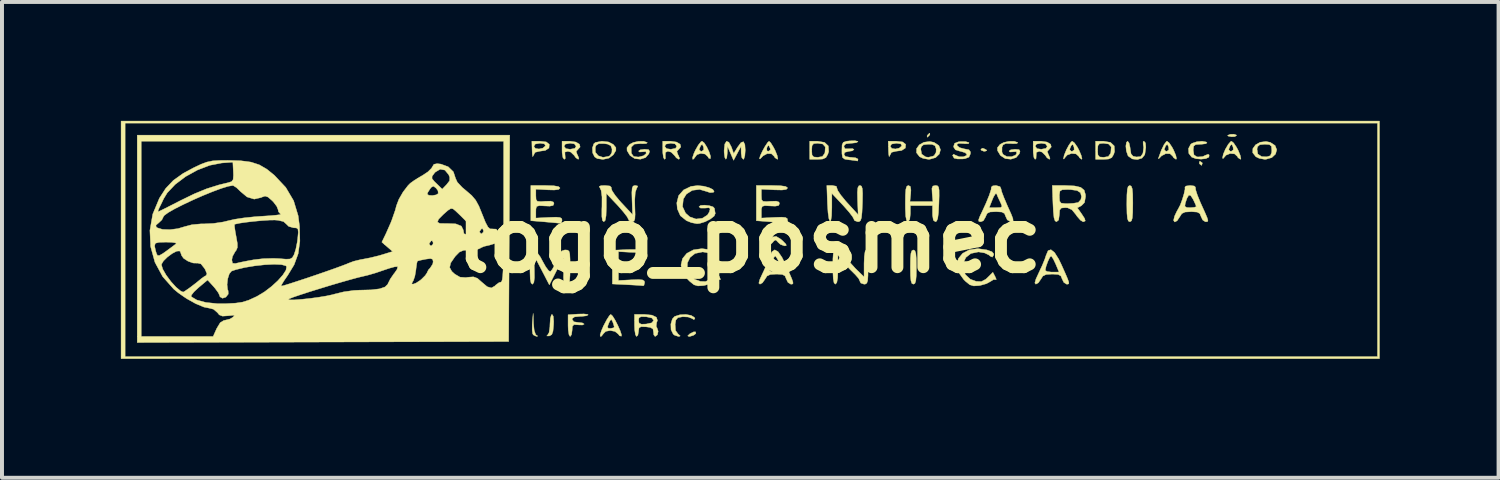
<source format=kicad_pcb>
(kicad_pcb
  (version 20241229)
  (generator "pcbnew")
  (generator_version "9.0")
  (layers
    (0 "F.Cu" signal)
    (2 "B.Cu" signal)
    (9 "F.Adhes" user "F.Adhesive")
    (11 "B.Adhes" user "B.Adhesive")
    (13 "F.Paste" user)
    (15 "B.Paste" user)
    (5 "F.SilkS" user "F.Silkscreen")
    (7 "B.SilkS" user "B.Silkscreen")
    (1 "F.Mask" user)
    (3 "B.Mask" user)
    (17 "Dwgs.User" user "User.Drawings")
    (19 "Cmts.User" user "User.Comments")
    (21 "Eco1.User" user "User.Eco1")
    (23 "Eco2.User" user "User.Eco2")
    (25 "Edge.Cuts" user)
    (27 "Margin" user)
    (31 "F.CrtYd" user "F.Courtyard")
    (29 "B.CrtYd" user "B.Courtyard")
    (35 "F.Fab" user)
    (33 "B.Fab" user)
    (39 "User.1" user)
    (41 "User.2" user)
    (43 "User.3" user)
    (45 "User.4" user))
  (footprint "logo_posmec"
    (layer "F.Cu")
    (at 15.855 3.002)
    (property "Reference" "logo_posmec" (at 0 0 0) (layer "F.SilkS") (effects (font (size 1.524 1.524) (thickness 0.3))))
    (attr through_hole)
    (fp_poly (pts (xy 4.556 -2.66) (xy 4.547 -2.642) (xy 4.499 -2.593) (xy 4.49 -2.591) (xy 4.486 -2.624) (xy 4.496 -2.642) (xy 4.544 -2.69) (xy 4.553 -2.692) (xy 4.556 -2.66)) (stroke (width 0.01) (type solid)) (fill yes) (layer "F.SilkS"))
    (fp_poly (pts (xy 5.918 -2.304) (xy 5.985 -2.268) (xy 5.994 -2.255) (xy 5.953 -2.237) (xy 5.918 -2.235) (xy 5.851 -2.262) (xy 5.842 -2.284) (xy 5.879 -2.312) (xy 5.918 -2.304)) (stroke (width 0.01) (type solid)) (fill yes) (layer "F.SilkS"))
    (fp_poly (pts (xy 11.428 -1.944) (xy 11.43 -1.93) (xy 11.413 -1.881) (xy 11.408 -1.88) (xy 11.364 -1.915) (xy 11.354 -1.93) (xy 11.358 -1.977) (xy 11.376 -1.981) (xy 11.428 -1.944)) (stroke (width 0.01) (type solid)) (fill yes) (layer "F.SilkS"))
    (fp_poly (pts (xy 12.289 -2.645) (xy 12.294 -2.634) (xy 12.251 -2.606) (xy 12.169 -2.602) (xy 12.084 -2.618) (xy 12.068 -2.637) (xy 12.136 -2.663) (xy 12.227 -2.666) (xy 12.289 -2.645)) (stroke (width 0.01) (type solid)) (fill yes) (layer "F.SilkS"))
    (fp_poly (pts (xy -1.354 2.322) (xy -1.348 2.363) (xy -1.407 2.408) (xy -1.498 2.436) (xy -1.521 2.438) (xy -1.554 2.422) (xy -1.498 2.368) (xy -1.496 2.367) (xy -1.404 2.321) (xy -1.354 2.322)) (stroke (width 0.01) (type solid)) (fill yes) (layer "F.SilkS"))
    (fp_poly (pts (xy 15.9 2.997) (xy -15.85 2.997) (xy -15.85 -2.946) (xy -15.748 -2.946) (xy -15.748 2.946) (xy 15.85 2.946) (xy 15.85 -2.946) (xy -15.748 -2.946) (xy -15.85 -2.946) (xy -15.85 -2.997) (xy 15.9 -2.997) (xy 15.9 2.997)) (stroke (width 0.01) (type solid)) (fill yes) (layer "F.SilkS"))
    (fp_poly (pts (xy -5.444 2.117) (xy -5.427 2.283) (xy -5.392 2.386) (xy -5.372 2.405) (xy -5.336 2.428) (xy -5.374 2.434) (xy -5.448 2.398) (xy -5.466 2.368) (xy -5.478 2.276) (xy -5.477 2.131) (xy -5.473 2.076) (xy -5.453 1.854) (xy -5.444 2.117)) (stroke (width 0.01) (type solid)) (fill yes) (layer "F.SilkS"))
    (fp_poly (pts (xy -4.946 1.927) (xy -4.935 2.056) (xy -4.938 2.146) (xy -4.953 2.306) (xy -4.983 2.389) (xy -5.038 2.422) (xy -5.055 2.424) (xy -5.11 2.423) (xy -5.093 2.408) (xy -5.052 2.34) (xy -5.031 2.195) (xy -5.029 2.129) (xy -5.019 1.982) (xy -4.994 1.894) (xy -4.976 1.88) (xy -4.946 1.927)) (stroke (width 0.01) (type solid)) (fill yes) (layer "F.SilkS"))
    (fp_poly (pts (xy 0.792 -0.019) (xy 0.843 0.025) (xy 0.925 0.109) (xy 0.933 0.145) (xy 0.889 0.152) (xy 0.786 0.115) (xy 0.73 0.064) (xy 0.671 0.002) (xy 0.623 0.024) (xy 0.591 0.064) (xy 0.508 0.142) (xy 0.455 0.149) (xy 0.454 0.094) (xy 0.493 0.027) (xy 0.587 -0.073) (xy 0.678 -0.088) (xy 0.792 -0.019)) (stroke (width 0.01) (type solid)) (fill yes) (layer "F.SilkS"))
    (fp_poly (pts (xy 4.178 0.272) (xy 4.202 0.34) (xy 4.213 0.473) (xy 4.216 0.686) (xy 4.213 0.902) (xy 4.201 1.034) (xy 4.178 1.1) (xy 4.14 1.118) (xy 4.102 1.099) (xy 4.079 1.032) (xy 4.067 0.899) (xy 4.064 0.686) (xy 4.067 0.47) (xy 4.079 0.338) (xy 4.103 0.272) (xy 4.14 0.254) (xy 4.178 0.272)) (stroke (width 0.01) (type solid)) (fill yes) (layer "F.SilkS"))
    (fp_poly (pts (xy 9.638 -1.354) (xy 9.662 -1.289) (xy 9.674 -1.159) (xy 9.677 -0.948) (xy 9.677 -0.915) (xy 9.674 -0.691) (xy 9.664 -0.553) (xy 9.642 -0.48) (xy 9.607 -0.458) (xy 9.601 -0.457) (xy 9.564 -0.475) (xy 9.541 -0.54) (xy 9.529 -0.67) (xy 9.525 -0.881) (xy 9.525 -0.914) (xy 9.528 -1.137) (xy 9.539 -1.276) (xy 9.56 -1.349) (xy 9.596 -1.371) (xy 9.601 -1.372) (xy 9.638 -1.354)) (stroke (width 0.01) (type solid)) (fill yes) (layer "F.SilkS"))
    (fp_poly (pts (xy -1.468 1.906) (xy -1.384 1.957) (xy -1.372 1.993) (xy -1.401 2.011) (xy -1.444 1.984) (xy -1.543 1.946) (xy -1.682 1.939) (xy -1.686 1.94) (xy -1.801 1.962) (xy -1.853 2.023) (xy -1.871 2.131) (xy -1.861 2.287) (xy -1.798 2.373) (xy -1.742 2.423) (xy -1.772 2.438) (xy -1.784 2.438) (xy -1.885 2.405) (xy -1.92 2.377) (xy -1.974 2.267) (xy -1.979 2.124) (xy -1.941 1.995) (xy -1.883 1.932) (xy -1.75 1.89) (xy -1.6 1.882) (xy -1.468 1.906)) (stroke (width 0.01) (type solid)) (fill yes) (layer "F.SilkS"))
    (fp_poly (pts (xy -5.122 -2.471) (xy -5.048 -2.413) (xy -5.046 -2.408) (xy -5.054 -2.317) (xy -5.147 -2.256) (xy -5.292 -2.236) (xy -5.404 -2.209) (xy -5.451 -2.121) (xy -5.464 -2.099) (xy -5.475 -2.164) (xy -5.479 -2.248) (xy -5.483 -2.359) (xy -5.436 -2.359) (xy -5.396 -2.307) (xy -5.306 -2.293) (xy -5.208 -2.315) (xy -5.146 -2.369) (xy -5.143 -2.375) (xy -5.17 -2.423) (xy -5.279 -2.438) (xy -5.4 -2.418) (xy -5.436 -2.359) (xy -5.483 -2.359) (xy -5.486 -2.489) (xy -5.282 -2.489) (xy -5.122 -2.471)) (stroke (width 0.01) (type solid)) (fill yes) (layer "F.SilkS"))
    (fp_poly (pts (xy 1.9 -2.459) (xy 1.994 -2.37) (xy 2.003 -2.229) (xy 1.982 -2.162) (xy 1.933 -2.076) (xy 1.849 -2.039) (xy 1.728 -2.032) (xy 1.524 -2.032) (xy 1.524 -2.261) (xy 1.575 -2.261) (xy 1.583 -2.141) (xy 1.626 -2.092) (xy 1.726 -2.083) (xy 1.844 -2.103) (xy 1.901 -2.181) (xy 1.909 -2.207) (xy 1.918 -2.346) (xy 1.853 -2.419) (xy 1.724 -2.438) (xy 1.624 -2.428) (xy 1.583 -2.377) (xy 1.575 -2.261) (xy 1.524 -2.261) (xy 1.524 -2.489) (xy 1.725 -2.489) (xy 1.9 -2.459)) (stroke (width 0.01) (type solid)) (fill yes) (layer "F.SilkS"))
    (fp_poly (pts (xy 3.869 -2.471) (xy 3.944 -2.413) (xy 3.946 -2.408) (xy 3.938 -2.317) (xy 3.845 -2.256) (xy 3.699 -2.236) (xy 3.588 -2.209) (xy 3.541 -2.121) (xy 3.528 -2.099) (xy 3.517 -2.164) (xy 3.512 -2.248) (xy 3.509 -2.359) (xy 3.556 -2.359) (xy 3.596 -2.307) (xy 3.686 -2.293) (xy 3.783 -2.315) (xy 3.846 -2.369) (xy 3.848 -2.375) (xy 3.822 -2.423) (xy 3.713 -2.438) (xy 3.592 -2.418) (xy 3.556 -2.359) (xy 3.509 -2.359) (xy 3.505 -2.489) (xy 3.71 -2.489) (xy 3.869 -2.471)) (stroke (width 0.01) (type solid)) (fill yes) (layer "F.SilkS"))
    (fp_poly (pts (xy 9.114 -2.459) (xy 9.208 -2.37) (xy 9.216 -2.229) (xy 9.196 -2.162) (xy 9.146 -2.076) (xy 9.062 -2.039) (xy 8.942 -2.032) (xy 8.738 -2.032) (xy 8.738 -2.261) (xy 8.788 -2.261) (xy 8.797 -2.141) (xy 8.84 -2.092) (xy 8.94 -2.083) (xy 9.058 -2.103) (xy 9.115 -2.181) (xy 9.122 -2.207) (xy 9.132 -2.346) (xy 9.066 -2.419) (xy 8.938 -2.438) (xy 8.837 -2.428) (xy 8.796 -2.377) (xy 8.788 -2.261) (xy 8.738 -2.261) (xy 8.738 -2.489) (xy 8.939 -2.489) (xy 9.114 -2.459)) (stroke (width 0.01) (type solid)) (fill yes) (layer "F.SilkS"))
    (fp_poly (pts (xy 9.996 -2.445) (xy 10.005 -2.333) (xy 9.984 -2.182) (xy 9.976 -2.146) (xy 9.908 -2.062) (xy 9.791 -2.026) (xy 9.663 -2.042) (xy 9.565 -2.111) (xy 9.552 -2.13) (xy 9.513 -2.244) (xy 9.501 -2.367) (xy 9.516 -2.461) (xy 9.547 -2.489) (xy 9.582 -2.444) (xy 9.607 -2.333) (xy 9.611 -2.299) (xy 9.632 -2.17) (xy 9.682 -2.111) (xy 9.765 -2.092) (xy 9.873 -2.1) (xy 9.926 -2.173) (xy 9.935 -2.206) (xy 9.95 -2.334) (xy 9.938 -2.413) (xy 9.937 -2.478) (xy 9.958 -2.489) (xy 9.996 -2.445)) (stroke (width 0.01) (type solid)) (fill yes) (layer "F.SilkS"))
    (fp_poly (pts (xy 11.525 -2.47) (xy 11.549 -2.451) (xy 11.521 -2.427) (xy 11.42 -2.414) (xy 11.387 -2.413) (xy 11.264 -2.405) (xy 11.212 -2.366) (xy 11.201 -2.27) (xy 11.201 -2.261) (xy 11.219 -2.146) (xy 11.287 -2.098) (xy 11.318 -2.092) (xy 11.44 -2.101) (xy 11.504 -2.132) (xy 11.578 -2.16) (xy 11.603 -2.141) (xy 11.596 -2.087) (xy 11.519 -2.05) (xy 11.4 -2.037) (xy 11.27 -2.048) (xy 11.163 -2.087) (xy 11.09 -2.18) (xy 11.081 -2.303) (xy 11.137 -2.411) (xy 11.173 -2.437) (xy 11.292 -2.476) (xy 11.425 -2.488) (xy 11.525 -2.47)) (stroke (width 0.01) (type solid)) (fill yes) (layer "F.SilkS"))
    (fp_poly (pts (xy -4.081 1.88) (xy -4.064 1.892) (xy -4.109 1.916) (xy -4.222 1.929) (xy -4.267 1.93) (xy -4.408 1.943) (xy -4.467 1.985) (xy -4.47 2.007) (xy -4.425 2.067) (xy -4.318 2.083) (xy -4.211 2.095) (xy -4.166 2.124) (xy -4.166 2.125) (xy -4.209 2.148) (xy -4.314 2.145) (xy -4.318 2.144) (xy -4.424 2.138) (xy -4.464 2.183) (xy -4.47 2.28) (xy -4.485 2.39) (xy -4.519 2.438) (xy -4.521 2.438) (xy -4.549 2.393) (xy -4.568 2.274) (xy -4.572 2.164) (xy -4.572 1.889) (xy -4.318 1.872) (xy -4.173 1.869) (xy -4.081 1.88)) (stroke (width 0.01) (type solid)) (fill yes) (layer "F.SilkS"))
    (fp_poly (pts (xy -0.516 -2.464) (xy -0.452 -2.344) (xy -0.448 -2.333) (xy -0.394 -2.178) (xy -0.299 -2.333) (xy -0.21 -2.454) (xy -0.147 -2.477) (xy -0.111 -2.402) (xy -0.102 -2.261) (xy -0.112 -2.124) (xy -0.137 -2.042) (xy -0.152 -2.032) (xy -0.188 -2.076) (xy -0.205 -2.185) (xy -0.205 -2.197) (xy -0.207 -2.362) (xy -0.302 -2.185) (xy -0.396 -2.008) (xy -0.473 -2.185) (xy -0.551 -2.362) (xy -0.555 -2.197) (xy -0.568 -2.07) (xy -0.593 -2.034) (xy -0.618 -2.081) (xy -0.634 -2.203) (xy -0.635 -2.261) (xy -0.618 -2.418) (xy -0.575 -2.487) (xy -0.516 -2.464)) (stroke (width 0.01) (type solid)) (fill yes) (layer "F.SilkS"))
    (fp_poly (pts (xy 10.594 -2.447) (xy 10.666 -2.34) (xy 10.708 -2.261) (xy 10.762 -2.131) (xy 10.779 -2.048) (xy 10.767 -2.032) (xy 10.706 -2.073) (xy 10.686 -2.108) (xy 10.617 -2.173) (xy 10.508 -2.176) (xy 10.4 -2.119) (xy 10.378 -2.095) (xy 10.329 -2.046) (xy 10.322 -2.057) (xy 10.394 -2.256) (xy 10.405 -2.28) (xy 10.468 -2.28) (xy 10.509 -2.237) (xy 10.536 -2.235) (xy 10.586 -2.272) (xy 10.58 -2.341) (xy 10.55 -2.409) (xy 10.512 -2.383) (xy 10.509 -2.379) (xy 10.468 -2.28) (xy 10.405 -2.28) (xy 10.465 -2.404) (xy 10.524 -2.482) (xy 10.541 -2.489) (xy 10.594 -2.447)) (stroke (width 0.01) (type solid)) (fill yes) (layer "F.SilkS"))
    (fp_poly (pts (xy 13.145 -2.46) (xy 13.266 -2.381) (xy 13.308 -2.274) (xy 13.278 -2.165) (xy 13.184 -2.076) (xy 13.035 -2.033) (xy 13.005 -2.032) (xy 12.866 -2.057) (xy 12.781 -2.098) (xy 12.702 -2.198) (xy 12.705 -2.292) (xy 12.81 -2.292) (xy 12.83 -2.166) (xy 12.928 -2.101) (xy 13.056 -2.095) (xy 13.148 -2.124) (xy 13.18 -2.205) (xy 13.183 -2.261) (xy 13.173 -2.363) (xy 13.122 -2.405) (xy 13.005 -2.413) (xy 12.881 -2.401) (xy 12.825 -2.352) (xy 12.81 -2.292) (xy 12.705 -2.292) (xy 12.706 -2.304) (xy 12.774 -2.398) (xy 12.889 -2.463) (xy 13.036 -2.482) (xy 13.145 -2.46)) (stroke (width 0.01) (type solid)) (fill yes) (layer "F.SilkS"))
    (fp_poly (pts (xy -3.552 -2.47) (xy -3.433 -2.409) (xy -3.366 -2.328) (xy -3.366 -2.254) (xy -3.432 -2.145) (xy -3.541 -2.063) (xy -3.692 -2.03) (xy -3.837 -2.052) (xy -3.901 -2.093) (xy -3.952 -2.194) (xy -3.958 -2.32) (xy -3.952 -2.337) (xy -3.886 -2.337) (xy -3.884 -2.212) (xy -3.81 -2.122) (xy -3.69 -2.082) (xy -3.552 -2.107) (xy -3.513 -2.127) (xy -3.467 -2.206) (xy -3.463 -2.292) (xy -3.494 -2.376) (xy -3.577 -2.417) (xy -3.666 -2.429) (xy -3.797 -2.428) (xy -3.863 -2.387) (xy -3.886 -2.337) (xy -3.952 -2.337) (xy -3.923 -2.424) (xy -3.882 -2.458) (xy -3.718 -2.489) (xy -3.552 -2.47)) (stroke (width 0.01) (type solid)) (fill yes) (layer "F.SilkS"))
    (fp_poly (pts (xy -1.138 -2.447) (xy -1.073 -2.346) (xy -1.014 -2.222) (xy -0.978 -2.111) (xy -0.981 -2.05) (xy -1.023 -2.06) (xy -1.046 -2.101) (xy -1.115 -2.165) (xy -1.223 -2.182) (xy -1.321 -2.15) (xy -1.353 -2.108) (xy -1.403 -2.041) (xy -1.427 -2.032) (xy -1.433 -2.072) (xy -1.399 -2.176) (xy -1.361 -2.261) (xy -1.35 -2.28) (xy -1.267 -2.28) (xy -1.226 -2.237) (xy -1.199 -2.235) (xy -1.149 -2.272) (xy -1.155 -2.341) (xy -1.185 -2.409) (xy -1.223 -2.383) (xy -1.225 -2.379) (xy -1.267 -2.28) (xy -1.35 -2.28) (xy -1.286 -2.392) (xy -1.219 -2.475) (xy -1.191 -2.489) (xy -1.138 -2.447)) (stroke (width 0.01) (type solid)) (fill yes) (layer "F.SilkS"))
    (fp_poly (pts (xy 0.542 -2.447) (xy 0.608 -2.341) (xy 0.65 -2.261) (xy 0.703 -2.131) (xy 0.72 -2.048) (xy 0.709 -2.032) (xy 0.648 -2.073) (xy 0.628 -2.108) (xy 0.558 -2.173) (xy 0.451 -2.176) (xy 0.346 -2.119) (xy 0.325 -2.095) (xy 0.272 -2.042) (xy 0.256 -2.047) (xy 0.277 -2.122) (xy 0.331 -2.238) (xy 0.371 -2.311) (xy 0.439 -2.311) (xy 0.446 -2.246) (xy 0.483 -2.235) (xy 0.532 -2.269) (xy 0.526 -2.311) (xy 0.493 -2.378) (xy 0.483 -2.388) (xy 0.455 -2.348) (xy 0.439 -2.311) (xy 0.371 -2.311) (xy 0.399 -2.36) (xy 0.462 -2.456) (xy 0.499 -2.489) (xy 0.542 -2.447)) (stroke (width 0.01) (type solid)) (fill yes) (layer "F.SilkS"))
    (fp_poly (pts (xy 4.661 -2.46) (xy 4.782 -2.381) (xy 4.824 -2.274) (xy 4.794 -2.165) (xy 4.701 -2.076) (xy 4.552 -2.033) (xy 4.521 -2.032) (xy 4.383 -2.057) (xy 4.297 -2.098) (xy 4.219 -2.198) (xy 4.222 -2.292) (xy 4.326 -2.292) (xy 4.349 -2.164) (xy 4.45 -2.093) (xy 4.521 -2.084) (xy 4.633 -2.111) (xy 4.665 -2.127) (xy 4.712 -2.206) (xy 4.716 -2.292) (xy 4.687 -2.375) (xy 4.611 -2.409) (xy 4.521 -2.413) (xy 4.397 -2.401) (xy 4.341 -2.352) (xy 4.326 -2.292) (xy 4.222 -2.292) (xy 4.222 -2.304) (xy 4.29 -2.398) (xy 4.406 -2.463) (xy 4.552 -2.482) (xy 4.661 -2.46)) (stroke (width 0.01) (type solid)) (fill yes) (layer "F.SilkS"))
    (fp_poly (pts (xy 8.204 -2.447) (xy 8.278 -2.34) (xy 8.32 -2.261) (xy 8.375 -2.131) (xy 8.395 -2.048) (xy 8.387 -2.032) (xy 8.332 -2.072) (xy 8.313 -2.108) (xy 8.243 -2.169) (xy 8.132 -2.18) (xy 8.024 -2.142) (xy 7.98 -2.095) (xy 7.938 -2.04) (xy 7.926 -2.044) (xy 7.945 -2.136) (xy 7.996 -2.261) (xy 8.005 -2.28) (xy 8.081 -2.28) (xy 8.121 -2.237) (xy 8.149 -2.235) (xy 8.198 -2.272) (xy 8.192 -2.341) (xy 8.162 -2.409) (xy 8.124 -2.383) (xy 8.122 -2.379) (xy 8.081 -2.28) (xy 8.005 -2.28) (xy 8.06 -2.384) (xy 8.12 -2.47) (xy 8.149 -2.489) (xy 8.204 -2.447)) (stroke (width 0.01) (type solid)) (fill yes) (layer "F.SilkS"))
    (fp_poly (pts (xy 12.219 -2.447) (xy 12.291 -2.34) (xy 12.334 -2.261) (xy 12.387 -2.131) (xy 12.404 -2.048) (xy 12.393 -2.032) (xy 12.332 -2.073) (xy 12.312 -2.108) (xy 12.243 -2.17) (xy 12.133 -2.179) (xy 12.029 -2.137) (xy 11.993 -2.095) (xy 11.952 -2.049) (xy 11.94 -2.068) (xy 11.961 -2.166) (xy 12.01 -2.28) (xy 12.094 -2.28) (xy 12.134 -2.237) (xy 12.162 -2.235) (xy 12.212 -2.272) (xy 12.206 -2.341) (xy 12.175 -2.409) (xy 12.138 -2.383) (xy 12.135 -2.379) (xy 12.094 -2.28) (xy 12.01 -2.28) (xy 12.015 -2.291) (xy 12.083 -2.408) (xy 12.145 -2.48) (xy 12.166 -2.489) (xy 12.219 -2.447)) (stroke (width 0.01) (type solid)) (fill yes) (layer "F.SilkS"))
    (fp_poly (pts (xy -3.45 1.921) (xy -3.385 2.025) (xy -3.316 2.16) (xy -3.257 2.294) (xy -3.224 2.395) (xy -3.226 2.43) (xy -3.273 2.42) (xy -3.308 2.374) (xy -3.39 2.31) (xy -3.508 2.287) (xy -3.62 2.308) (xy -3.676 2.362) (xy -3.729 2.43) (xy -3.757 2.438) (xy -3.764 2.398) (xy -3.73 2.291) (xy -3.689 2.197) (xy -3.579 2.197) (xy -3.555 2.231) (xy -3.504 2.235) (xy -3.424 2.219) (xy -3.407 2.197) (xy -3.427 2.122) (xy -3.448 2.065) (xy -3.478 2.009) (xy -3.511 2.035) (xy -3.545 2.103) (xy -3.579 2.197) (xy -3.689 2.197) (xy -3.672 2.159) (xy -3.594 2.012) (xy -3.529 1.911) (xy -3.495 1.88) (xy -3.45 1.921)) (stroke (width 0.01) (type solid)) (fill yes) (layer "F.SilkS"))
    (fp_poly (pts (xy -1.835 -2.468) (xy -1.745 -2.414) (xy -1.728 -2.344) (xy -1.783 -2.282) (xy -1.828 -2.231) (xy -1.801 -2.152) (xy -1.79 -2.135) (xy -1.758 -2.056) (xy -1.777 -2.032) (xy -1.841 -2.07) (xy -1.891 -2.134) (xy -1.971 -2.213) (xy -2.056 -2.237) (xy -2.114 -2.206) (xy -2.119 -2.134) (xy -2.116 -2.053) (xy -2.138 -2.032) (xy -2.166 -2.077) (xy -2.182 -2.192) (xy -2.184 -2.261) (xy -2.184 -2.362) (xy -2.134 -2.362) (xy -2.088 -2.302) (xy -1.981 -2.286) (xy -1.86 -2.309) (xy -1.829 -2.362) (xy -1.874 -2.423) (xy -1.981 -2.438) (xy -2.102 -2.416) (xy -2.134 -2.362) (xy -2.184 -2.362) (xy -2.184 -2.489) (xy -1.98 -2.489) (xy -1.835 -2.468)) (stroke (width 0.01) (type solid)) (fill yes) (layer "F.SilkS"))
    (fp_poly (pts (xy 7.513 -2.468) (xy 7.602 -2.414) (xy 7.619 -2.344) (xy 7.564 -2.282) (xy 7.519 -2.231) (xy 7.547 -2.152) (xy 7.557 -2.135) (xy 7.588 -2.057) (xy 7.571 -2.032) (xy 7.511 -2.072) (xy 7.468 -2.134) (xy 7.385 -2.215) (xy 7.316 -2.235) (xy 7.243 -2.207) (xy 7.239 -2.134) (xy 7.235 -2.052) (xy 7.211 -2.032) (xy 7.182 -2.077) (xy 7.165 -2.192) (xy 7.163 -2.261) (xy 7.163 -2.362) (xy 7.214 -2.362) (xy 7.259 -2.302) (xy 7.366 -2.286) (xy 7.487 -2.309) (xy 7.518 -2.362) (xy 7.473 -2.423) (xy 7.366 -2.438) (xy 7.245 -2.416) (xy 7.214 -2.362) (xy 7.163 -2.362) (xy 7.163 -2.489) (xy 7.368 -2.489) (xy 7.513 -2.468)) (stroke (width 0.01) (type solid)) (fill yes) (layer "F.SilkS"))
    (fp_poly (pts (xy -4.375 -2.468) (xy -4.285 -2.414) (xy -4.268 -2.344) (xy -4.323 -2.282) (xy -4.368 -2.231) (xy -4.341 -2.152) (xy -4.33 -2.135) (xy -4.299 -2.057) (xy -4.316 -2.032) (xy -4.376 -2.072) (xy -4.42 -2.134) (xy -4.505 -2.215) (xy -4.577 -2.235) (xy -4.652 -2.215) (xy -4.649 -2.136) (xy -4.648 -2.134) (xy -4.643 -2.052) (xy -4.67 -2.032) (xy -4.703 -2.078) (xy -4.722 -2.195) (xy -4.724 -2.261) (xy -4.724 -2.362) (xy -4.674 -2.362) (xy -4.628 -2.302) (xy -4.521 -2.286) (xy -4.4 -2.309) (xy -4.369 -2.362) (xy -4.414 -2.423) (xy -4.521 -2.438) (xy -4.642 -2.416) (xy -4.674 -2.362) (xy -4.724 -2.362) (xy -4.724 -2.489) (xy -4.52 -2.489) (xy -4.375 -2.468)) (stroke (width 0.01) (type solid)) (fill yes) (layer "F.SilkS"))
    (fp_poly (pts (xy 6.768 -2.458) (xy 6.775 -2.45) (xy 6.746 -2.43) (xy 6.646 -2.427) (xy 6.605 -2.43) (xy 6.472 -2.432) (xy 6.404 -2.398) (xy 6.376 -2.339) (xy 6.375 -2.214) (xy 6.405 -2.154) (xy 6.498 -2.102) (xy 6.617 -2.098) (xy 6.717 -2.138) (xy 6.747 -2.179) (xy 6.738 -2.228) (xy 6.662 -2.222) (xy 6.577 -2.217) (xy 6.553 -2.24) (xy 6.597 -2.272) (xy 6.703 -2.286) (xy 6.704 -2.286) (xy 6.807 -2.277) (xy 6.831 -2.235) (xy 6.813 -2.172) (xy 6.731 -2.076) (xy 6.599 -2.035) (xy 6.457 -2.051) (xy 6.341 -2.127) (xy 6.329 -2.142) (xy 6.263 -2.252) (xy 6.261 -2.326) (xy 6.325 -2.406) (xy 6.328 -2.409) (xy 6.421 -2.458) (xy 6.554 -2.486) (xy 6.683 -2.487) (xy 6.768 -2.458)) (stroke (width 0.01) (type solid)) (fill yes) (layer "F.SilkS"))
    (fp_poly (pts (xy -2.739 0.255) (xy -2.692 0.279) (xy -2.739 0.306) (xy -2.867 0.316) (xy -2.997 0.313) (xy -3.302 0.296) (xy -3.302 0.458) (xy -3.296 0.561) (xy -3.259 0.604) (xy -3.161 0.606) (xy -3.099 0.601) (xy -2.963 0.597) (xy -2.904 0.625) (xy -2.896 0.66) (xy -2.919 0.711) (xy -3.004 0.726) (xy -3.099 0.72) (xy -3.229 0.712) (xy -3.287 0.737) (xy -3.302 0.813) (xy -3.302 0.863) (xy -3.302 1.025) (xy -2.972 1.008) (xy -2.792 1.002) (xy -2.692 1.011) (xy -2.649 1.039) (xy -2.641 1.079) (xy -2.659 1.15) (xy -2.68 1.158) (xy -2.746 1.151) (xy -2.885 1.142) (xy -3.068 1.132) (xy -3.086 1.131) (xy -3.454 1.113) (xy -3.454 0.262) (xy -3.073 0.245) (xy -2.871 0.243) (xy -2.739 0.255)) (stroke (width 0.01) (type solid)) (fill yes) (layer "F.SilkS"))
    (fp_poly (pts (xy -2.58 -2.458) (xy -2.573 -2.45) (xy -2.601 -2.43) (xy -2.701 -2.426) (xy -2.74 -2.429) (xy -2.899 -2.416) (xy -2.978 -2.34) (xy -2.977 -2.203) (xy -2.969 -2.174) (xy -2.917 -2.104) (xy -2.806 -2.091) (xy -2.781 -2.093) (xy -2.664 -2.124) (xy -2.601 -2.179) (xy -2.601 -2.179) (xy -2.609 -2.228) (xy -2.686 -2.222) (xy -2.77 -2.217) (xy -2.794 -2.24) (xy -2.75 -2.272) (xy -2.644 -2.286) (xy -2.643 -2.286) (xy -2.541 -2.277) (xy -2.516 -2.235) (xy -2.534 -2.172) (xy -2.617 -2.076) (xy -2.748 -2.035) (xy -2.89 -2.051) (xy -3.006 -2.127) (xy -3.018 -2.142) (xy -3.084 -2.252) (xy -3.086 -2.326) (xy -3.022 -2.406) (xy -3.019 -2.409) (xy -2.926 -2.458) (xy -2.794 -2.486) (xy -2.664 -2.487) (xy -2.58 -2.458)) (stroke (width 0.01) (type solid)) (fill yes) (layer "F.SilkS"))
    (fp_poly (pts (xy 2.738 -2.486) (xy 2.743 -2.478) (xy 2.699 -2.452) (xy 2.589 -2.439) (xy 2.565 -2.438) (xy 2.437 -2.424) (xy 2.389 -2.374) (xy 2.388 -2.356) (xy 2.416 -2.298) (xy 2.514 -2.298) (xy 2.515 -2.298) (xy 2.609 -2.302) (xy 2.642 -2.279) (xy 2.598 -2.246) (xy 2.515 -2.235) (xy 2.412 -2.209) (xy 2.388 -2.159) (xy 2.426 -2.103) (xy 2.549 -2.083) (xy 2.565 -2.083) (xy 2.683 -2.07) (xy 2.742 -2.039) (xy 2.743 -2.032) (xy 2.734 -1.989) (xy 2.731 -1.99) (xy 2.677 -2) (xy 2.56 -2.015) (xy 2.527 -2.018) (xy 2.409 -2.036) (xy 2.354 -2.077) (xy 2.338 -2.172) (xy 2.337 -2.258) (xy 2.341 -2.396) (xy 2.372 -2.462) (xy 2.455 -2.489) (xy 2.54 -2.498) (xy 2.667 -2.501) (xy 2.738 -2.486)) (stroke (width 0.01) (type solid)) (fill yes) (layer "F.SilkS"))
    (fp_poly (pts (xy 4.746 -1.365) (xy 4.775 -1.333) (xy 4.789 -1.255) (xy 4.79 -1.112) (xy 4.784 -0.915) (xy 4.773 -0.687) (xy 4.755 -0.545) (xy 4.728 -0.474) (xy 4.695 -0.457) (xy 4.644 -0.496) (xy 4.624 -0.619) (xy 4.623 -0.66) (xy 4.623 -0.864) (xy 4.064 -0.864) (xy 4.064 -0.66) (xy 4.049 -0.517) (xy 4.007 -0.458) (xy 4 -0.457) (xy 3.968 -0.49) (xy 3.947 -0.595) (xy 3.938 -0.785) (xy 3.937 -0.914) (xy 3.94 -1.137) (xy 3.95 -1.275) (xy 3.972 -1.348) (xy 4.007 -1.371) (xy 4.015 -1.372) (xy 4.064 -1.347) (xy 4.078 -1.259) (xy 4.073 -1.168) (xy 4.053 -0.965) (xy 4.633 -0.965) (xy 4.614 -1.168) (xy 4.608 -1.3) (xy 4.632 -1.358) (xy 4.698 -1.372) (xy 4.698 -1.372) (xy 4.746 -1.365)) (stroke (width 0.01) (type solid)) (fill yes) (layer "F.SilkS"))
    (fp_poly (pts (xy 5.457 -2.479) (xy 5.54 -2.455) (xy 5.544 -2.452) (xy 5.531 -2.428) (xy 5.439 -2.426) (xy 5.404 -2.43) (xy 5.281 -2.435) (xy 5.239 -2.408) (xy 5.243 -2.381) (xy 5.304 -2.328) (xy 5.422 -2.296) (xy 5.43 -2.295) (xy 5.543 -2.272) (xy 5.581 -2.219) (xy 5.578 -2.168) (xy 5.542 -2.088) (xy 5.447 -2.05) (xy 5.383 -2.042) (xy 5.254 -2.042) (xy 5.172 -2.06) (xy 5.167 -2.063) (xy 5.129 -2.13) (xy 5.153 -2.16) (xy 5.204 -2.136) (xy 5.297 -2.097) (xy 5.402 -2.096) (xy 5.478 -2.129) (xy 5.49 -2.159) (xy 5.446 -2.2) (xy 5.338 -2.233) (xy 5.323 -2.235) (xy 5.201 -2.272) (xy 5.157 -2.341) (xy 5.156 -2.362) (xy 5.182 -2.437) (xy 5.274 -2.473) (xy 5.328 -2.48) (xy 5.457 -2.479)) (stroke (width 0.01) (type solid)) (fill yes) (layer "F.SilkS"))
    (fp_poly (pts (xy -5.144 -1.372) (xy -4.933 -1.365) (xy -4.814 -1.345) (xy -4.775 -1.309) (xy -4.775 -1.308) (xy -4.809 -1.272) (xy -4.92 -1.258) (xy -5.08 -1.262) (xy -5.385 -1.279) (xy -5.385 -1.117) (xy -5.38 -1.018) (xy -5.347 -0.973) (xy -5.258 -0.966) (xy -5.156 -0.973) (xy -5.01 -0.977) (xy -4.941 -0.954) (xy -4.928 -0.914) (xy -4.951 -0.867) (xy -5.035 -0.851) (xy -5.156 -0.856) (xy -5.296 -0.863) (xy -5.363 -0.845) (xy -5.383 -0.784) (xy -5.385 -0.712) (xy -5.385 -0.55) (xy -5.054 -0.567) (xy -4.875 -0.573) (xy -4.775 -0.564) (xy -4.732 -0.536) (xy -4.724 -0.495) (xy -4.742 -0.425) (xy -4.763 -0.416) (xy -4.829 -0.424) (xy -4.967 -0.437) (xy -5.148 -0.453) (xy -5.156 -0.454) (xy -5.512 -0.483) (xy -5.512 -1.372) (xy -5.144 -1.372)) (stroke (width 0.01) (type solid)) (fill yes) (layer "F.SilkS"))
    (fp_poly (pts (xy 0.572 -1.372) (xy 0.789 -1.366) (xy 0.917 -1.348) (xy 0.964 -1.315) (xy 0.965 -1.308) (xy 0.933 -1.273) (xy 0.826 -1.258) (xy 0.635 -1.262) (xy 0.305 -1.279) (xy 0.305 -1.117) (xy 0.31 -1.018) (xy 0.343 -0.973) (xy 0.432 -0.966) (xy 0.533 -0.973) (xy 0.68 -0.977) (xy 0.748 -0.954) (xy 0.762 -0.914) (xy 0.739 -0.867) (xy 0.655 -0.851) (xy 0.533 -0.856) (xy 0.393 -0.863) (xy 0.327 -0.845) (xy 0.306 -0.784) (xy 0.305 -0.712) (xy 0.305 -0.55) (xy 0.635 -0.567) (xy 0.815 -0.573) (xy 0.915 -0.564) (xy 0.958 -0.536) (xy 0.965 -0.495) (xy 0.959 -0.425) (xy 0.953 -0.416) (xy 0.9 -0.424) (xy 0.771 -0.436) (xy 0.593 -0.451) (xy 0.559 -0.454) (xy 0.178 -0.483) (xy 0.178 -1.372) (xy 0.572 -1.372)) (stroke (width 0.01) (type solid)) (fill yes) (layer "F.SilkS"))
    (fp_poly (pts (xy -0.968 0.253) (xy -0.836 0.301) (xy -0.791 0.355) (xy -0.796 0.385) (xy -0.828 0.435) (xy -0.88 0.411) (xy -0.912 0.383) (xy -1.02 0.33) (xy -1.168 0.305) (xy -1.183 0.305) (xy -1.368 0.343) (xy -1.494 0.443) (xy -1.561 0.58) (xy -1.565 0.733) (xy -1.507 0.878) (xy -1.383 0.993) (xy -1.235 1.047) (xy -1.102 1.052) (xy -0.993 0.994) (xy -0.944 0.948) (xy -0.814 0.818) (xy -0.755 0.93) (xy -0.726 0.999) (xy -0.738 1.003) (xy -0.802 1.003) (xy -0.868 1.046) (xy -0.976 1.105) (xy -1.128 1.148) (xy -1.163 1.154) (xy -1.297 1.162) (xy -1.395 1.133) (xy -1.501 1.048) (xy -1.548 1.002) (xy -1.681 0.818) (xy -1.723 0.637) (xy -1.685 0.473) (xy -1.577 0.341) (xy -1.41 0.252) (xy -1.195 0.221) (xy -0.968 0.253)) (stroke (width 0.01) (type solid)) (fill yes) (layer "F.SilkS"))
    (fp_poly (pts (xy 2.094 -1.372) (xy 2.195 -1.353) (xy 2.21 -1.308) (xy 2.232 -1.244) (xy 2.31 -1.128) (xy 2.428 -0.984) (xy 2.467 -0.94) (xy 2.747 -0.635) (xy 2.732 -1.003) (xy 2.728 -1.199) (xy 2.738 -1.312) (xy 2.764 -1.363) (xy 2.794 -1.372) (xy 2.83 -1.356) (xy 2.851 -1.296) (xy 2.859 -1.175) (xy 2.856 -0.974) (xy 2.854 -0.915) (xy 2.844 -0.697) (xy 2.83 -0.561) (xy 2.808 -0.489) (xy 2.773 -0.461) (xy 2.74 -0.457) (xy 2.658 -0.485) (xy 2.64 -0.521) (xy 2.606 -0.586) (xy 2.518 -0.7) (xy 2.393 -0.843) (xy 2.36 -0.879) (xy 2.083 -1.173) (xy 2.083 -0.815) (xy 2.076 -0.604) (xy 2.058 -0.49) (xy 2.035 -0.468) (xy 2.009 -0.534) (xy 1.987 -0.684) (xy 1.972 -0.914) (xy 1.972 -0.915) (xy 1.956 -1.372) (xy 2.094 -1.372)) (stroke (width 0.01) (type solid)) (fill yes) (layer "F.SilkS"))
    (fp_poly (pts (xy 5.992 0.253) (xy 6.124 0.301) (xy 6.169 0.355) (xy 6.164 0.385) (xy 6.132 0.435) (xy 6.079 0.411) (xy 6.048 0.383) (xy 5.939 0.33) (xy 5.791 0.305) (xy 5.776 0.305) (xy 5.592 0.343) (xy 5.465 0.443) (xy 5.399 0.58) (xy 5.394 0.733) (xy 5.453 0.878) (xy 5.577 0.993) (xy 5.724 1.047) (xy 5.857 1.052) (xy 5.966 0.994) (xy 6.016 0.948) (xy 6.146 0.818) (xy 6.204 0.93) (xy 6.233 0.999) (xy 6.221 1.003) (xy 6.158 1.003) (xy 6.091 1.046) (xy 5.984 1.105) (xy 5.831 1.148) (xy 5.797 1.154) (xy 5.663 1.162) (xy 5.564 1.133) (xy 5.458 1.048) (xy 5.412 1.002) (xy 5.279 0.818) (xy 5.237 0.637) (xy 5.275 0.473) (xy 5.382 0.341) (xy 5.549 0.252) (xy 5.765 0.221) (xy 5.992 0.253)) (stroke (width 0.01) (type solid)) (fill yes) (layer "F.SilkS"))
    (fp_poly (pts (xy -2.456 1.899) (xy -2.343 1.953) (xy -2.317 2.036) (xy -2.337 2.083) (xy -2.349 2.184) (xy -2.328 2.22) (xy -2.299 2.307) (xy -2.319 2.396) (xy -2.376 2.438) (xy -2.377 2.438) (xy -2.41 2.395) (xy -2.417 2.324) (xy -2.431 2.247) (xy -2.497 2.209) (xy -2.603 2.194) (xy -2.728 2.19) (xy -2.782 2.22) (xy -2.794 2.299) (xy -2.794 2.308) (xy -2.811 2.405) (xy -2.845 2.438) (xy -2.873 2.392) (xy -2.891 2.274) (xy -2.896 2.159) (xy -2.896 2.032) (xy -2.794 2.032) (xy -2.78 2.102) (xy -2.72 2.128) (xy -2.603 2.124) (xy -2.461 2.094) (xy -2.413 2.034) (xy -2.413 2.032) (xy -2.459 1.971) (xy -2.599 1.94) (xy -2.603 1.94) (xy -2.729 1.937) (xy -2.783 1.967) (xy -2.794 2.032) (xy -2.896 2.032) (xy -2.896 1.88) (xy -2.648 1.88) (xy -2.456 1.899)) (stroke (width 0.01) (type solid)) (fill yes) (layer "F.SilkS"))
    (fp_poly (pts (xy 2.971 0.302) (xy 2.989 0.433) (xy 2.997 0.63) (xy 2.997 0.686) (xy 2.995 0.896) (xy 2.987 1.024) (xy 2.966 1.09) (xy 2.93 1.115) (xy 2.896 1.118) (xy 2.813 1.089) (xy 2.794 1.05) (xy 2.759 0.974) (xy 2.672 0.874) (xy 2.653 0.856) (xy 2.526 0.73) (xy 2.395 0.582) (xy 2.374 0.556) (xy 2.236 0.381) (xy 2.236 0.749) (xy 2.229 0.96) (xy 2.208 1.079) (xy 2.172 1.118) (xy 2.172 1.118) (xy 2.138 1.084) (xy 2.118 0.976) (xy 2.109 0.781) (xy 2.108 0.686) (xy 2.11 0.476) (xy 2.119 0.348) (xy 2.139 0.281) (xy 2.176 0.257) (xy 2.21 0.254) (xy 2.305 0.295) (xy 2.409 0.399) (xy 2.425 0.421) (xy 2.535 0.564) (xy 2.673 0.717) (xy 2.717 0.761) (xy 2.896 0.934) (xy 2.896 0.594) (xy 2.903 0.418) (xy 2.921 0.296) (xy 2.946 0.254) (xy 2.971 0.302)) (stroke (width 0.01) (type solid)) (fill yes) (layer "F.SilkS"))
    (fp_poly (pts (xy -1.152 -1.355) (xy -1.017 -1.318) (xy -0.92 -1.271) (xy -0.887 -1.223) (xy -0.906 -1.199) (xy -0.992 -1.192) (xy -1.062 -1.217) (xy -1.253 -1.273) (xy -1.437 -1.25) (xy -1.586 -1.156) (xy -1.664 -1.03) (xy -1.684 -0.839) (xy -1.607 -0.674) (xy -1.5 -0.58) (xy -1.344 -0.526) (xy -1.184 -0.545) (xy -1.056 -0.627) (xy -1.008 -0.705) (xy -0.987 -0.787) (xy -1.023 -0.811) (xy -1.117 -0.802) (xy -1.229 -0.802) (xy -1.27 -0.836) (xy -1.228 -0.869) (xy -1.128 -0.876) (xy -1.01 -0.863) (xy -0.914 -0.833) (xy -0.879 -0.796) (xy -0.863 -0.692) (xy -0.857 -0.669) (xy -0.885 -0.602) (xy -0.981 -0.526) (xy -1.113 -0.458) (xy -1.251 -0.415) (xy -1.32 -0.408) (xy -1.46 -0.435) (xy -1.586 -0.486) (xy -1.739 -0.609) (xy -1.815 -0.78) (xy -1.829 -0.932) (xy -1.783 -1.116) (xy -1.657 -1.26) (xy -1.471 -1.349) (xy -1.304 -1.37) (xy -1.152 -1.355)) (stroke (width 0.01) (type solid)) (fill yes) (layer "F.SilkS"))
    (fp_poly (pts (xy 0.726 0.298) (xy 0.825 0.441) (xy 0.914 0.622) (xy 1.012 0.841) (xy 1.073 0.984) (xy 1.101 1.066) (xy 1.102 1.105) (xy 1.08 1.117) (xy 1.048 1.118) (xy 0.976 1.074) (xy 0.935 0.991) (xy 0.902 0.911) (xy 0.835 0.873) (xy 0.703 0.864) (xy 0.679 0.864) (xy 0.531 0.873) (xy 0.448 0.912) (xy 0.397 0.991) (xy 0.332 1.084) (xy 0.27 1.118) (xy 0.241 1.092) (xy 0.263 1.005) (xy 0.322 0.876) (xy 0.372 0.77) (xy 0.508 0.77) (xy 0.553 0.798) (xy 0.662 0.813) (xy 0.682 0.813) (xy 0.856 0.813) (xy 0.771 0.61) (xy 0.712 0.486) (xy 0.665 0.414) (xy 0.653 0.407) (xy 0.618 0.449) (xy 0.572 0.548) (xy 0.53 0.665) (xy 0.508 0.76) (xy 0.508 0.77) (xy 0.372 0.77) (xy 0.407 0.693) (xy 0.482 0.51) (xy 0.505 0.445) (xy 0.57 0.301) (xy 0.642 0.251) (xy 0.726 0.298)) (stroke (width 0.01) (type solid)) (fill yes) (layer "F.SilkS"))
    (fp_poly (pts (xy 7.702 0.32) (xy 7.807 0.486) (xy 7.873 0.622) (xy 7.971 0.841) (xy 8.032 0.984) (xy 8.061 1.066) (xy 8.062 1.105) (xy 8.039 1.117) (xy 8.007 1.118) (xy 7.936 1.074) (xy 7.895 0.991) (xy 7.862 0.911) (xy 7.795 0.873) (xy 7.663 0.864) (xy 7.639 0.864) (xy 7.491 0.873) (xy 7.408 0.912) (xy 7.357 0.991) (xy 7.292 1.084) (xy 7.23 1.118) (xy 7.205 1.087) (xy 7.232 0.989) (xy 7.307 0.826) (xy 7.333 0.77) (xy 7.468 0.77) (xy 7.512 0.798) (xy 7.622 0.813) (xy 7.642 0.813) (xy 7.816 0.813) (xy 7.731 0.61) (xy 7.672 0.486) (xy 7.624 0.414) (xy 7.612 0.407) (xy 7.577 0.449) (xy 7.531 0.548) (xy 7.489 0.665) (xy 7.468 0.76) (xy 7.468 0.77) (xy 7.333 0.77) (xy 7.39 0.648) (xy 7.457 0.485) (xy 7.487 0.394) (xy 7.539 0.272) (xy 7.611 0.248) (xy 7.702 0.32)) (stroke (width 0.01) (type solid)) (fill yes) (layer "F.SilkS"))
    (fp_poly (pts (xy -2.813 -1.358) (xy -2.838 -1.304) (xy -2.843 -1.298) (xy -2.877 -1.196) (xy -2.89 -1.004) (xy -2.887 -0.841) (xy -2.881 -0.644) (xy -2.887 -0.529) (xy -2.909 -0.473) (xy -2.95 -0.457) (xy -2.959 -0.457) (xy -3.035 -0.487) (xy -3.05 -0.521) (xy -3.084 -0.586) (xy -3.172 -0.7) (xy -3.296 -0.843) (xy -3.329 -0.879) (xy -3.607 -1.173) (xy -3.607 -0.815) (xy -3.614 -0.608) (xy -3.635 -0.492) (xy -3.67 -0.457) (xy -3.704 -0.488) (xy -3.72 -0.588) (xy -3.72 -0.772) (xy -3.717 -0.841) (xy -3.716 -1.084) (xy -3.737 -1.244) (xy -3.761 -1.298) (xy -3.787 -1.347) (xy -3.742 -1.368) (xy -3.64 -1.372) (xy -3.515 -1.359) (xy -3.479 -1.32) (xy -3.483 -1.305) (xy -3.462 -1.24) (xy -3.385 -1.124) (xy -3.266 -0.98) (xy -3.227 -0.937) (xy -2.945 -0.635) (xy -2.958 -1.003) (xy -2.963 -1.194) (xy -2.955 -1.305) (xy -2.932 -1.357) (xy -2.887 -1.372) (xy -2.877 -1.372) (xy -2.813 -1.358)) (stroke (width 0.01) (type solid)) (fill yes) (layer "F.SilkS"))
    (fp_poly (pts (xy 6.326 -1.344) (xy 6.35 -1.292) (xy 6.37 -1.211) (xy 6.425 -1.066) (xy 6.502 -0.885) (xy 6.524 -0.835) (xy 6.608 -0.649) (xy 6.651 -0.537) (xy 6.657 -0.479) (xy 6.629 -0.459) (xy 6.602 -0.457) (xy 6.51 -0.503) (xy 6.472 -0.584) (xy 6.439 -0.665) (xy 6.372 -0.702) (xy 6.239 -0.711) (xy 6.218 -0.711) (xy 6.076 -0.704) (xy 6.003 -0.67) (xy 5.967 -0.596) (xy 5.964 -0.584) (xy 5.906 -0.483) (xy 5.842 -0.457) (xy 5.793 -0.465) (xy 5.785 -0.504) (xy 5.819 -0.596) (xy 5.868 -0.699) (xy 5.921 -0.813) (xy 6.053 -0.813) (xy 6.228 -0.813) (xy 6.344 -0.817) (xy 6.377 -0.847) (xy 6.345 -0.928) (xy 6.333 -0.953) (xy 6.275 -1.076) (xy 6.24 -1.163) (xy 6.212 -1.164) (xy 6.164 -1.087) (xy 6.136 -1.023) (xy 6.053 -0.813) (xy 5.921 -0.813) (xy 5.974 -0.929) (xy 6.054 -1.125) (xy 6.101 -1.268) (xy 6.108 -1.333) (xy 6.142 -1.362) (xy 6.223 -1.372) (xy 6.326 -1.344)) (stroke (width 0.01) (type solid)) (fill yes) (layer "F.SilkS"))
    (fp_poly (pts (xy 7.966 -1.372) (xy 8.206 -1.361) (xy 8.362 -1.325) (xy 8.449 -1.254) (xy 8.482 -1.141) (xy 8.484 -1.092) (xy 8.458 -0.942) (xy 8.38 -0.863) (xy 8.277 -0.808) (xy 8.38 -0.663) (xy 8.46 -0.54) (xy 8.477 -0.478) (xy 8.435 -0.458) (xy 8.42 -0.458) (xy 8.355 -0.497) (xy 8.269 -0.596) (xy 8.242 -0.636) (xy 8.141 -0.759) (xy 8.035 -0.808) (xy 7.975 -0.813) (xy 7.873 -0.803) (xy 7.831 -0.752) (xy 7.823 -0.635) (xy 7.805 -0.501) (xy 7.751 -0.457) (xy 7.714 -0.48) (xy 7.688 -0.56) (xy 7.672 -0.713) (xy 7.662 -0.915) (xy 7.655 -1.092) (xy 7.823 -1.092) (xy 7.83 -0.978) (xy 7.869 -0.927) (xy 7.97 -0.915) (xy 8.022 -0.914) (xy 8.173 -0.922) (xy 8.288 -0.941) (xy 8.302 -0.945) (xy 8.365 -1.015) (xy 8.382 -1.092) (xy 8.357 -1.189) (xy 8.271 -1.245) (xy 8.108 -1.268) (xy 8.022 -1.27) (xy 7.894 -1.264) (xy 7.838 -1.23) (xy 7.824 -1.139) (xy 7.823 -1.092) (xy 7.655 -1.092) (xy 7.645 -1.372) (xy 7.966 -1.372)) (stroke (width 0.01) (type solid)) (fill yes) (layer "F.SilkS"))
    (fp_poly (pts (xy -4.583 0.259) (xy -4.548 0.287) (xy -4.529 0.357) (xy -4.522 0.491) (xy -4.521 0.686) (xy -4.524 0.897) (xy -4.534 1.027) (xy -4.555 1.093) (xy -4.592 1.116) (xy -4.61 1.118) (xy -4.657 1.106) (xy -4.681 1.055) (xy -4.688 0.943) (xy -4.682 0.775) (xy -4.676 0.608) (xy -4.679 0.494) (xy -4.689 0.457) (xy -4.689 0.457) (xy -4.723 0.512) (xy -4.788 0.633) (xy -4.872 0.794) (xy -4.879 0.809) (xy -5.045 1.135) (xy -5.24 0.758) (xy -5.436 0.381) (xy -5.423 0.749) (xy -5.421 0.955) (xy -5.435 1.073) (xy -5.466 1.117) (xy -5.474 1.118) (xy -5.507 1.087) (xy -5.527 0.986) (xy -5.533 0.803) (xy -5.532 0.686) (xy -5.527 0.473) (xy -5.514 0.343) (xy -5.491 0.276) (xy -5.453 0.255) (xy -5.441 0.254) (xy -5.366 0.301) (xy -5.272 0.432) (xy -5.216 0.537) (xy -5.135 0.682) (xy -5.063 0.777) (xy -5.02 0.801) (xy -4.971 0.746) (xy -4.907 0.626) (xy -4.862 0.518) (xy -4.794 0.361) (xy -4.732 0.28) (xy -4.658 0.255) (xy -4.641 0.254) (xy -4.583 0.259)) (stroke (width 0.01) (type solid)) (fill yes) (layer "F.SilkS"))
    (fp_poly (pts (xy 11.226 -1.359) (xy 11.257 -1.33) (xy 11.256 -1.326) (xy 11.263 -1.262) (xy 11.305 -1.131) (xy 11.376 -0.957) (xy 11.405 -0.892) (xy 11.497 -0.689) (xy 11.551 -0.562) (xy 11.572 -0.493) (xy 11.564 -0.463) (xy 11.53 -0.457) (xy 11.507 -0.457) (xy 11.44 -0.501) (xy 11.4 -0.584) (xy 11.367 -0.664) (xy 11.3 -0.701) (xy 11.168 -0.711) (xy 11.144 -0.711) (xy 10.996 -0.702) (xy 10.913 -0.663) (xy 10.862 -0.584) (xy 10.794 -0.482) (xy 10.734 -0.451) (xy 10.705 -0.491) (xy 10.73 -0.597) (xy 10.785 -0.715) (xy 10.826 -0.788) (xy 10.857 -0.847) (xy 10.989 -0.847) (xy 11.037 -0.817) (xy 11.122 -0.813) (xy 11.23 -0.821) (xy 11.278 -0.84) (xy 11.278 -0.841) (xy 11.256 -0.9) (xy 11.205 -1.01) (xy 11.196 -1.027) (xy 11.136 -1.12) (xy 11.089 -1.129) (xy 11.042 -1.048) (xy 11.001 -0.927) (xy 10.989 -0.847) (xy 10.857 -0.847) (xy 10.874 -0.88) (xy 10.925 -1.018) (xy 10.969 -1.163) (xy 10.994 -1.28) (xy 10.992 -1.33) (xy 11.018 -1.358) (xy 11.114 -1.371) (xy 11.125 -1.372) (xy 11.226 -1.359)) (stroke (width 0.01) (type solid)) (fill yes) (layer "F.SilkS"))
    (fp_poly (pts (xy -6.057 -0.038) (xy -6.071 2.565) (xy -15.443 2.59) (xy -15.443 -2.489) (xy -15.342 -2.489) (xy -15.342 2.438) (xy -13.528 2.438) (xy -13.437 2.235) (xy -13.349 2.089) (xy -13.256 2.032) (xy -13.238 2.03) (xy -13.11 1.999) (xy -13.039 1.959) (xy -12.992 1.916) (xy -13.014 1.902) (xy -13.12 1.912) (xy -13.149 1.915) (xy -13.291 1.924) (xy -13.373 1.892) (xy -13.419 1.835) (xy -13.516 1.751) (xy -13.604 1.727) (xy -13.761 1.695) (xy -13.966 1.61) (xy -14.19 1.485) (xy -14.269 1.432) (xy -14.083 1.432) (xy -13.938 1.518) (xy -13.712 1.579) (xy -13.425 1.609) (xy -13.197 1.609) (xy -12.961 1.596) (xy -12.784 1.57) (xy -12.626 1.52) (xy -12.585 1.501) (xy -11.633 1.501) (xy -11.587 1.514) (xy -11.464 1.513) (xy -11.287 1.499) (xy -11.08 1.477) (xy -10.866 1.448) (xy -10.667 1.415) (xy -10.508 1.381) (xy -10.454 1.365) (xy -10.231 1.311) (xy -9.98 1.276) (xy -9.844 1.269) (xy -9.541 1.261) (xy -9.327 1.235) (xy -9.191 1.188) (xy -9.121 1.119) (xy -9.117 1.107) (xy -8.52 1.107) (xy -8.484 1.118) (xy -8.405 1.088) (xy -8.302 1.02) (xy -8.268 0.991) (xy -8.176 0.899) (xy -8.129 0.829) (xy -8.128 0.821) (xy -8.093 0.753) (xy -8.052 0.711) (xy -7.987 0.61) (xy -7.976 0.55) (xy -7.989 0.489) (xy -8.046 0.471) (xy -8.166 0.487) (xy -8.293 0.513) (xy -8.368 0.533) (xy -8.374 0.536) (xy -8.389 0.591) (xy -8.406 0.711) (xy -8.412 0.765) (xy -8.438 0.916) (xy -8.477 1.029) (xy -8.49 1.049) (xy -8.52 1.107) (xy -9.117 1.107) (xy -9.113 1.098) (xy -9.058 0.988) (xy -8.968 0.857) (xy -8.953 0.84) (xy -8.886 0.742) (xy -8.871 0.68) (xy -8.879 0.673) (xy -8.95 0.68) (xy -9.085 0.717) (xy -9.227 0.765) (xy -9.427 0.833) (xy -9.623 0.89) (xy -9.728 0.915) (xy -9.868 0.948) (xy -10.067 1.002) (xy -10.306 1.07) (xy -10.568 1.147) (xy -10.836 1.229) (xy -11.091 1.308) (xy -11.316 1.381) (xy -11.493 1.441) (xy -11.604 1.484) (xy -11.633 1.501) (xy -12.585 1.501) (xy -12.444 1.436) (xy -12.412 1.42) (xy -12.23 1.31) (xy -12.052 1.174) (xy -11.893 1.028) (xy -11.768 0.886) (xy -11.69 0.765) (xy -11.674 0.678) (xy -11.692 0.654) (xy -11.803 0.624) (xy -11.988 0.616) (xy -12.22 0.627) (xy -12.476 0.655) (xy -12.729 0.697) (xy -12.954 0.751) (xy -13.063 0.788) (xy -13.119 0.855) (xy -13.16 0.983) (xy -13.176 1.129) (xy -13.163 1.252) (xy -13.149 1.283) (xy -13.146 1.368) (xy -13.207 1.445) (xy -13.29 1.473) (xy -13.355 1.436) (xy -13.362 1.41) (xy -13.395 1.336) (xy -13.476 1.225) (xy -13.515 1.179) (xy -13.667 1.012) (xy -13.894 1.202) (xy -14.01 1.31) (xy -14.076 1.394) (xy -14.083 1.432) (xy -14.269 1.432) (xy -14.407 1.336) (xy -14.521 1.242) (xy -14.801 0.926) (xy -14.963 0.626) (xy -14.833 0.626) (xy -14.799 0.739) (xy -14.713 0.889) (xy -14.594 1.05) (xy -14.464 1.193) (xy -14.346 1.291) (xy -14.284 1.318) (xy -14.238 1.292) (xy -14.139 1.224) (xy -14.081 1.181) (xy -13.953 1.083) (xy -13.854 1.002) (xy -13.831 0.982) (xy -13.741 0.918) (xy -13.708 0.903) (xy -13.683 0.858) (xy -13.726 0.752) (xy -13.744 0.721) (xy -13.834 0.607) (xy -13.92 0.585) (xy -13.928 0.587) (xy -14.033 0.584) (xy -14.161 0.538) (xy -14.211 0.505) (xy -13.056 0.505) (xy -13.039 0.589) (xy -12.969 0.597) (xy -12.941 0.59) (xy -12.832 0.565) (xy -12.662 0.531) (xy -12.502 0.502) (xy -12.264 0.474) (xy -12.005 0.467) (xy -11.861 0.473) (xy -11.687 0.487) (xy -11.586 0.482) (xy -11.53 0.449) (xy -11.49 0.382) (xy -11.483 0.366) (xy -11.441 0.234) (xy -11.405 0.054) (xy -11.393 -0.038) (xy -11.379 -0.193) (xy -11.388 -0.272) (xy -11.427 -0.301) (xy -11.497 -0.305) (xy -11.62 -0.339) (xy -11.679 -0.397) (xy -11.751 -0.462) (xy -11.892 -0.495) (xy -11.973 -0.501) (xy -12.108 -0.499) (xy -12.291 -0.487) (xy -12.496 -0.468) (xy -12.695 -0.445) (xy -12.861 -0.421) (xy -12.967 -0.398) (xy -12.989 -0.388) (xy -12.988 -0.334) (xy -12.97 -0.21) (xy -12.947 -0.084) (xy -12.917 0.087) (xy -12.916 0.193) (xy -12.946 0.265) (xy -12.972 0.297) (xy -13.039 0.418) (xy -13.056 0.505) (xy -14.211 0.505) (xy -14.271 0.467) (xy -14.325 0.392) (xy -14.326 0.383) (xy -14.357 0.297) (xy -14.377 0.279) (xy -14.45 0.286) (xy -14.562 0.345) (xy -14.683 0.435) (xy -14.782 0.533) (xy -14.831 0.616) (xy -14.833 0.626) (xy -14.963 0.626) (xy -14.996 0.564) (xy -15.104 0.172) (xy -15.105 0.149) (xy -15.006 0.149) (xy -14.979 0.273) (xy -14.958 0.343) (xy -14.932 0.393) (xy -14.885 0.395) (xy -14.795 0.344) (xy -14.691 0.27) (xy -14.567 0.178) (xy -14.477 0.11) (xy -14.458 0.094) (xy -14.479 0.075) (xy -14.579 0.061) (xy -14.719 0.057) (xy -14.893 0.062) (xy -14.984 0.085) (xy -15.006 0.149) (xy -15.105 0.149) (xy -15.123 -0.238) (xy -15.1 -0.37) (xy -14.971 -0.37) (xy -14.964 -0.326) (xy -14.935 -0.304) (xy -14.804 -0.264) (xy -14.617 -0.258) (xy -14.414 -0.284) (xy -14.25 -0.333) (xy -14.064 -0.382) (xy -13.829 -0.404) (xy -13.748 -0.404) (xy -13.519 -0.415) (xy -13.276 -0.451) (xy -13.157 -0.48) (xy -12.986 -0.519) (xy -12.749 -0.555) (xy -12.485 -0.583) (xy -12.319 -0.595) (xy -12.102 -0.609) (xy -11.936 -0.624) (xy -11.839 -0.637) (xy -11.824 -0.647) (xy -11.879 -0.71) (xy -11.887 -0.757) (xy -11.922 -0.846) (xy -12.008 -0.959) (xy -12.039 -0.99) (xy -12.143 -1.08) (xy -12.217 -1.105) (xy -12.3 -1.077) (xy -12.314 -1.069) (xy -12.491 -1.028) (xy -12.672 -1.083) (xy -12.836 -1.22) (xy -12.936 -1.317) (xy -13.018 -1.369) (xy -13.032 -1.372) (xy -13.149 -1.352) (xy -13.327 -1.297) (xy -13.547 -1.215) (xy -13.792 -1.115) (xy -14.044 -1.004) (xy -14.285 -0.89) (xy -14.497 -0.783) (xy -14.661 -0.689) (xy -14.761 -0.616) (xy -14.783 -0.583) (xy -14.821 -0.505) (xy -14.897 -0.433) (xy -14.971 -0.37) (xy -15.1 -0.37) (xy -15.051 -0.65) (xy -15.018 -0.728) (xy -14.919 -0.728) (xy -14.915 -0.711) (xy -14.864 -0.733) (xy -14.741 -0.793) (xy -14.566 -0.882) (xy -14.357 -0.989) (xy -14.002 -1.162) (xy -13.69 -1.29) (xy -13.381 -1.387) (xy -13.145 -1.444) (xy -13.061 -1.471) (xy -13.023 -1.522) (xy -13.015 -1.629) (xy -13.018 -1.718) (xy -13.03 -1.961) (xy -13.31 -1.94) (xy -13.61 -1.882) (xy -13.922 -1.763) (xy -14.221 -1.598) (xy -14.484 -1.4) (xy -14.686 -1.186) (xy -14.776 -1.038) (xy -14.84 -0.903) (xy -14.891 -0.8) (xy -14.919 -0.728) (xy -15.018 -0.728) (xy -14.884 -1.05) (xy -14.723 -1.299) (xy -14.532 -1.5) (xy -14.286 -1.676) (xy -14.021 -1.819) (xy -13.833 -1.908) (xy -13.686 -1.963) (xy -13.542 -1.993) (xy -13.366 -2.004) (xy -13.157 -2.006) (xy -12.828 -1.996) (xy -12.572 -1.962) (xy -12.363 -1.894) (xy -12.173 -1.784) (xy -11.984 -1.631) (xy -11.695 -1.323) (xy -11.497 -0.988) (xy -11.382 -0.608) (xy -11.348 -0.345) (xy -11.339 0.034) (xy -11.382 0.349) (xy -11.484 0.628) (xy -11.641 0.887) (xy -11.737 1.027) (xy -11.798 1.127) (xy -11.812 1.168) (xy -11.812 1.168) (xy -11.746 1.152) (xy -11.604 1.109) (xy -11.407 1.045) (xy -11.173 0.968) (xy -10.922 0.883) (xy -10.676 0.798) (xy -10.452 0.719) (xy -10.272 0.653) (xy -10.154 0.608) (xy -10.129 0.596) (xy -9.983 0.541) (xy -9.803 0.497) (xy -9.754 0.489) (xy -9.563 0.452) (xy -9.347 0.399) (xy -9.262 0.374) (xy -8.999 0.293) (xy -9.217 0.105) (xy -8.077 0.105) (xy -8.038 0.151) (xy -8.026 0.152) (xy -7.982 0.111) (xy -7.976 0.073) (xy -8 0.021) (xy -8.026 0.025) (xy -8.075 0.09) (xy -8.077 0.105) (xy -9.217 0.105) (xy -9.271 0.057) (xy -9.165 -0.162) (xy -9.038 -0.45) (xy -7.869 -0.45) (xy -7.809 -0.415) (xy -7.655 -0.412) (xy -7.634 -0.413) (xy -7.405 -0.404) (xy -7.265 -0.348) (xy -7.214 -0.245) (xy -7.214 -0.234) (xy -7.199 -0.155) (xy -7.135 -0.134) (xy -7.061 -0.142) (xy -6.954 -0.167) (xy -6.909 -0.196) (xy -6.909 -0.196) (xy -6.911 -0.2) (xy -6.807 -0.2) (xy -6.768 -0.154) (xy -6.756 -0.152) (xy -6.712 -0.194) (xy -6.706 -0.232) (xy -6.73 -0.284) (xy -6.756 -0.279) (xy -6.805 -0.214) (xy -6.807 -0.2) (xy -6.911 -0.2) (xy -6.942 -0.247) (xy -7.03 -0.348) (xy -7.153 -0.479) (xy -7.293 -0.619) (xy -7.411 -0.731) (xy -7.475 -0.783) (xy -7.529 -0.791) (xy -7.602 -0.746) (xy -7.718 -0.644) (xy -7.838 -0.523) (xy -7.869 -0.45) (xy -9.038 -0.45) (xy -9.03 -0.469) (xy -8.932 -0.75) (xy -8.902 -0.864) (xy -8.841 -1.024) (xy -8.765 -1.156) (xy -8.126 -1.156) (xy -8.087 -1.125) (xy -7.996 -1.119) (xy -7.9 -1.136) (xy -7.848 -1.169) (xy -7.855 -1.24) (xy -7.899 -1.302) (xy -7.967 -1.355) (xy -8.021 -1.329) (xy -8.053 -1.289) (xy -8.11 -1.199) (xy -8.126 -1.156) (xy -8.765 -1.156) (xy -8.735 -1.208) (xy -8.612 -1.369) (xy -8.554 -1.428) (xy -8.451 -1.502) (xy -8.379 -1.546) (xy -8.005 -1.546) (xy -7.945 -1.472) (xy -7.894 -1.423) (xy -7.747 -1.28) (xy -7.635 -1.397) (xy -7.561 -1.493) (xy -7.558 -1.578) (xy -7.584 -1.644) (xy -7.68 -1.76) (xy -7.799 -1.783) (xy -7.922 -1.71) (xy -7.945 -1.684) (xy -8.003 -1.604) (xy -8.005 -1.546) (xy -8.379 -1.546) (xy -8.305 -1.592) (xy -8.243 -1.627) (xy -8.108 -1.717) (xy -8.016 -1.809) (xy -7.996 -1.844) (xy -7.957 -1.907) (xy -7.876 -1.923) (xy -7.78 -1.912) (xy -7.596 -1.844) (xy -7.466 -1.718) (xy -7.413 -1.558) (xy -7.413 -1.556) (xy -7.367 -1.456) (xy -7.243 -1.323) (xy -7.147 -1.243) (xy -7.005 -1.121) (xy -6.904 -1.002) (xy -6.822 -0.852) (xy -6.738 -0.645) (xy -6.657 -0.443) (xy -6.594 -0.325) (xy -6.541 -0.277) (xy -6.508 -0.277) (xy -6.387 -0.271) (xy -6.297 -0.17) (xy -6.282 -0.133) (xy -6.281 -0.013) (xy -6.373 0.077) (xy -6.555 0.133) (xy -6.561 0.134) (xy -6.694 0.165) (xy -6.777 0.201) (xy -6.786 0.21) (xy -6.849 0.236) (xy -6.977 0.252) (xy -7.051 0.254) (xy -7.21 0.264) (xy -7.314 0.308) (xy -7.412 0.408) (xy -7.429 0.429) (xy -7.534 0.582) (xy -7.56 0.696) (xy -7.506 0.795) (xy -7.43 0.864) (xy -7.3 0.94) (xy -7.156 0.951) (xy -7.097 0.943) (xy -6.96 0.933) (xy -6.859 0.97) (xy -6.75 1.066) (xy -6.612 1.182) (xy -6.508 1.213) (xy -6.42 1.164) (xy -6.401 1.143) (xy -6.314 1.078) (xy -6.268 1.067) (xy -6.249 1.052) (xy -6.233 1.003) (xy -6.221 0.909) (xy -6.212 0.761) (xy -6.205 0.552) (xy -6.201 0.271) (xy -6.199 -0.091) (xy -6.198 -0.542) (xy -6.198 -0.711) (xy -6.198 -2.489) (xy -15.342 -2.489) (xy -15.443 -2.489) (xy -15.443 -2.642) (xy -10.744 -2.642) (xy -6.044 -2.642) (xy -6.057 -0.038)) (stroke (width 0.01) (type solid)) (fill yes) (layer "F.SilkS")))
  (gr_rect
    (start -3 -3)
    (end 34.76 9.004)
    (stroke (width 0.1) (type default))
    (fill no)
    (layer "Edge.Cuts")))
</source>
